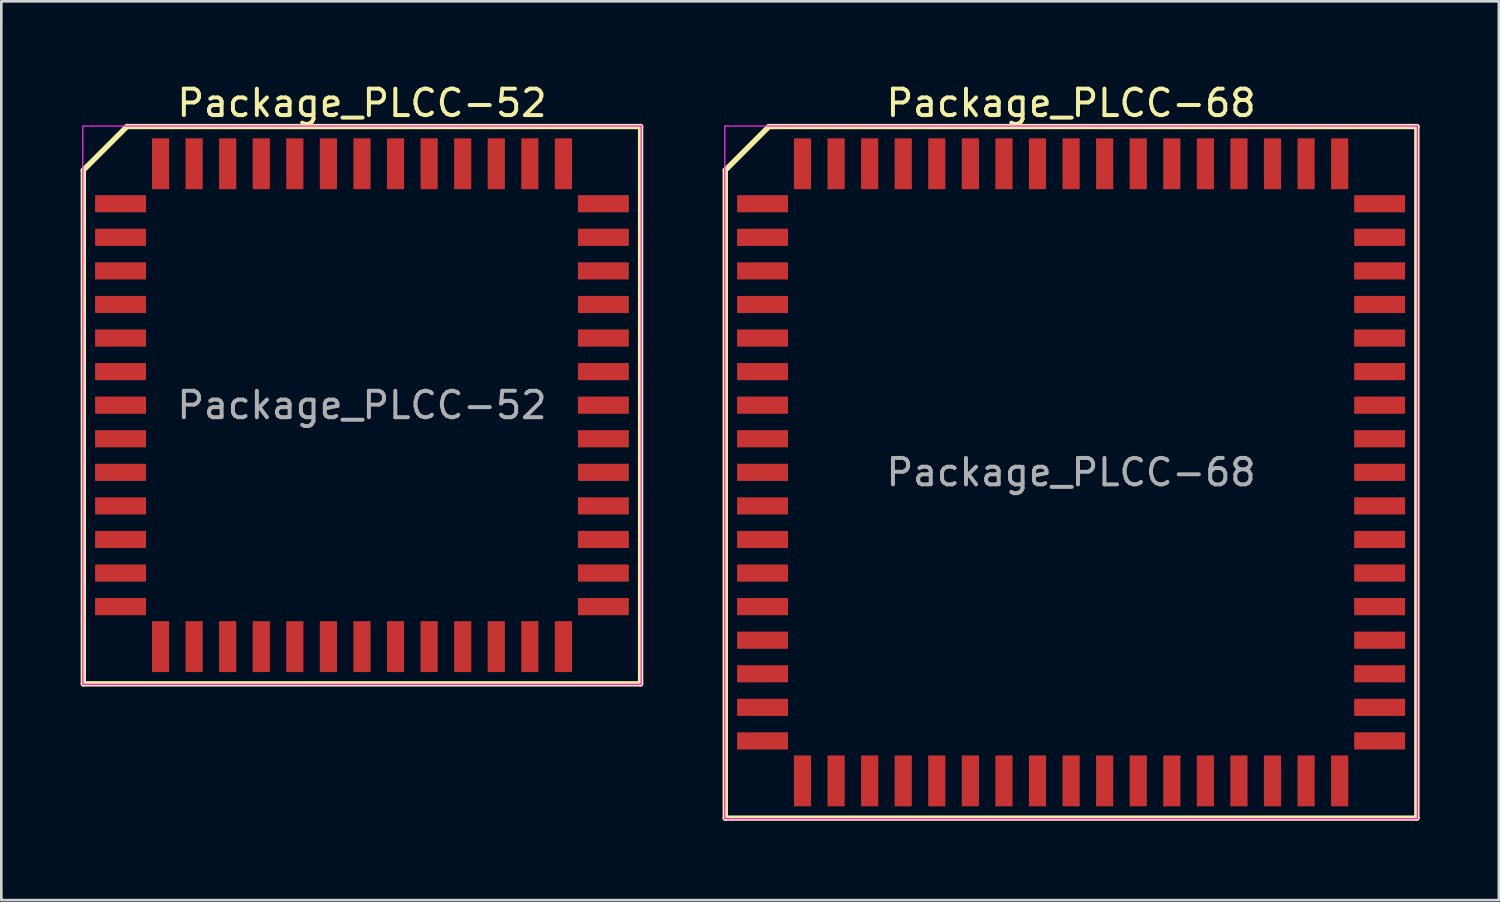
<source format=kicad_pcb>
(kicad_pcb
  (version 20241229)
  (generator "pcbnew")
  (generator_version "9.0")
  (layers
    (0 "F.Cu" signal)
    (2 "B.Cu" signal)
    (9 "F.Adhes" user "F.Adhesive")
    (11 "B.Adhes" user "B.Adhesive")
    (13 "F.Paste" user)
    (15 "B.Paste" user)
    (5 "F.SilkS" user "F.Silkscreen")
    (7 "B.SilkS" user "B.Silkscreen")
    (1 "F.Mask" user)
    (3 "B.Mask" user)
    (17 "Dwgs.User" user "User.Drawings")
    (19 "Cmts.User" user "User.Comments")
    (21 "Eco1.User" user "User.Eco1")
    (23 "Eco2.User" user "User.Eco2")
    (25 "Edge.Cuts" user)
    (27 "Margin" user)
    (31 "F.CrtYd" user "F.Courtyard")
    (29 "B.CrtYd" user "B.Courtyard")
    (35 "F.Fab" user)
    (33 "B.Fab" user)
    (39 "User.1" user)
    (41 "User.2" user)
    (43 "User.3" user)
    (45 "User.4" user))
  (footprint "Package_PLCC-68"
    (layer "F.Cu")
    (at 37.468 14.818)
    (property "Reference" "Package_PLCC-68" (at 0 -13.97 0) (layer "F.SilkS") (effects (font (size 1 1) (thickness 0.15))))
    (attr smd)
    (fp_line (start -13.081 -11.43) (end -13.081 13.081) (stroke (width 0.203) (type solid)) (layer "F.SilkS"))
    (fp_line (start -13.081 13.081) (end 13.081 13.081) (stroke (width 0.203) (type solid)) (layer "F.SilkS"))
    (fp_line (start -11.43 -13.081) (end -13.081 -11.43) (stroke (width 0.203) (type solid)) (layer "F.SilkS"))
    (fp_line (start 13.081 -13.081) (end -11.43 -13.081) (stroke (width 0.203) (type solid)) (layer "F.SilkS"))
    (fp_line (start 13.081 13.081) (end 13.081 -13.081) (stroke (width 0.203) (type solid)) (layer "F.SilkS"))
    (fp_line (start -13.1 -13.1) (end -13.1 13.1) (stroke (width 0.05) (type solid)) (layer "F.CrtYd"))
    (fp_line (start -13.1 13.1) (end 13.1 13.1) (stroke (width 0.05) (type solid)) (layer "F.CrtYd"))
    (fp_line (start 13.1 -13.1) (end -13.1 -13.1) (stroke (width 0.05) (type solid)) (layer "F.CrtYd"))
    (fp_line (start 13.1 13.1) (end 13.1 -13.1) (stroke (width 0.05) (type solid)) (layer "F.CrtYd"))
    (fp_text user "${REFERENCE}" (at 0 0 0) (layer "F.Fab") (effects (font (size 1 1) (thickness 0.15))))
    (pad "1" smd rect (at 0 -11.672) (size 0.649 1.925) (layers "F.Cu" "F.Mask" "F.Paste"))
    (pad "2" smd rect (at -1.27 -11.672) (size 0.649 1.925) (layers "F.Cu" "F.Mask" "F.Paste"))
    (pad "3" smd rect (at -2.54 -11.672) (size 0.649 1.925) (layers "F.Cu" "F.Mask" "F.Paste"))
    (pad "4" smd rect (at -3.81 -11.672) (size 0.649 1.925) (layers "F.Cu" "F.Mask" "F.Paste"))
    (pad "5" smd rect (at -5.08 -11.672) (size 0.649 1.925) (layers "F.Cu" "F.Mask" "F.Paste"))
    (pad "6" smd rect (at -6.35 -11.672) (size 0.649 1.925) (layers "F.Cu" "F.Mask" "F.Paste"))
    (pad "7" smd rect (at -7.62 -11.672) (size 0.649 1.925) (layers "F.Cu" "F.Mask" "F.Paste"))
    (pad "8" smd rect (at -8.89 -11.672) (size 0.649 1.925) (layers "F.Cu" "F.Mask" "F.Paste"))
    (pad "9" smd rect (at -10.16 -11.672) (size 0.649 1.925) (layers "F.Cu" "F.Mask" "F.Paste"))
    (pad "10" smd rect (at -11.672 -10.16 90) (size 0.649 1.925) (layers "F.Cu" "F.Mask" "F.Paste"))
    (pad "11" smd rect (at -11.672 -8.89 90) (size 0.649 1.925) (layers "F.Cu" "F.Mask" "F.Paste"))
    (pad "12" smd rect (at -11.672 -7.62 90) (size 0.649 1.925) (layers "F.Cu" "F.Mask" "F.Paste"))
    (pad "13" smd rect (at -11.672 -6.35 90) (size 0.649 1.925) (layers "F.Cu" "F.Mask" "F.Paste"))
    (pad "14" smd rect (at -11.672 -5.08 90) (size 0.649 1.925) (layers "F.Cu" "F.Mask" "F.Paste"))
    (pad "15" smd rect (at -11.672 -3.81 90) (size 0.649 1.925) (layers "F.Cu" "F.Mask" "F.Paste"))
    (pad "16" smd rect (at -11.672 -2.54 90) (size 0.649 1.925) (layers "F.Cu" "F.Mask" "F.Paste"))
    (pad "17" smd rect (at -11.672 -1.27 90) (size 0.649 1.925) (layers "F.Cu" "F.Mask" "F.Paste"))
    (pad "18" smd rect (at -11.672 0 90) (size 0.649 1.925) (layers "F.Cu" "F.Mask" "F.Paste"))
    (pad "19" smd rect (at -11.672 1.27 90) (size 0.649 1.925) (layers "F.Cu" "F.Mask" "F.Paste"))
    (pad "20" smd rect (at -11.672 2.54 90) (size 0.649 1.925) (layers "F.Cu" "F.Mask" "F.Paste"))
    (pad "21" smd rect (at -11.672 3.81 90) (size 0.649 1.925) (layers "F.Cu" "F.Mask" "F.Paste"))
    (pad "22" smd rect (at -11.672 5.08 90) (size 0.649 1.925) (layers "F.Cu" "F.Mask" "F.Paste"))
    (pad "23" smd rect (at -11.672 6.35 90) (size 0.649 1.925) (layers "F.Cu" "F.Mask" "F.Paste"))
    (pad "24" smd rect (at -11.672 7.62 90) (size 0.649 1.925) (layers "F.Cu" "F.Mask" "F.Paste"))
    (pad "25" smd rect (at -11.672 8.89 90) (size 0.649 1.925) (layers "F.Cu" "F.Mask" "F.Paste"))
    (pad "26" smd rect (at -11.672 10.16 90) (size 0.649 1.925) (layers "F.Cu" "F.Mask" "F.Paste"))
    (pad "27" smd rect (at -10.16 11.672) (size 0.649 1.925) (layers "F.Cu" "F.Mask" "F.Paste"))
    (pad "28" smd rect (at -8.89 11.672) (size 0.649 1.925) (layers "F.Cu" "F.Mask" "F.Paste"))
    (pad "29" smd rect (at -7.62 11.672) (size 0.649 1.925) (layers "F.Cu" "F.Mask" "F.Paste"))
    (pad "30" smd rect (at -6.35 11.672) (size 0.649 1.925) (layers "F.Cu" "F.Mask" "F.Paste"))
    (pad "31" smd rect (at -5.08 11.672) (size 0.649 1.925) (layers "F.Cu" "F.Mask" "F.Paste"))
    (pad "32" smd rect (at -3.81 11.672) (size 0.649 1.925) (layers "F.Cu" "F.Mask" "F.Paste"))
    (pad "33" smd rect (at -2.54 11.672) (size 0.649 1.925) (layers "F.Cu" "F.Mask" "F.Paste"))
    (pad "34" smd rect (at -1.27 11.672) (size 0.649 1.925) (layers "F.Cu" "F.Mask" "F.Paste"))
    (pad "35" smd rect (at 0 11.672) (size 0.649 1.925) (layers "F.Cu" "F.Mask" "F.Paste"))
    (pad "36" smd rect (at 1.27 11.672) (size 0.649 1.925) (layers "F.Cu" "F.Mask" "F.Paste"))
    (pad "37" smd rect (at 2.54 11.672) (size 0.649 1.925) (layers "F.Cu" "F.Mask" "F.Paste"))
    (pad "38" smd rect (at 3.81 11.672) (size 0.649 1.925) (layers "F.Cu" "F.Mask" "F.Paste"))
    (pad "39" smd rect (at 5.08 11.672) (size 0.649 1.925) (layers "F.Cu" "F.Mask" "F.Paste"))
    (pad "40" smd rect (at 6.35 11.672) (size 0.649 1.925) (layers "F.Cu" "F.Mask" "F.Paste"))
    (pad "41" smd rect (at 7.62 11.672) (size 0.649 1.925) (layers "F.Cu" "F.Mask" "F.Paste"))
    (pad "42" smd rect (at 8.89 11.672) (size 0.649 1.925) (layers "F.Cu" "F.Mask" "F.Paste"))
    (pad "43" smd rect (at 10.16 11.672) (size 0.649 1.925) (layers "F.Cu" "F.Mask" "F.Paste"))
    (pad "44" smd rect (at 11.672 10.16 90) (size 0.649 1.925) (layers "F.Cu" "F.Mask" "F.Paste"))
    (pad "45" smd rect (at 11.672 8.89 90) (size 0.649 1.925) (layers "F.Cu" "F.Mask" "F.Paste"))
    (pad "46" smd rect (at 11.672 7.62 90) (size 0.649 1.925) (layers "F.Cu" "F.Mask" "F.Paste"))
    (pad "47" smd rect (at 11.672 6.35 90) (size 0.649 1.925) (layers "F.Cu" "F.Mask" "F.Paste"))
    (pad "48" smd rect (at 11.672 5.08 90) (size 0.649 1.925) (layers "F.Cu" "F.Mask" "F.Paste"))
    (pad "49" smd rect (at 11.672 3.81 90) (size 0.649 1.925) (layers "F.Cu" "F.Mask" "F.Paste"))
    (pad "50" smd rect (at 11.672 2.54 90) (size 0.649 1.925) (layers "F.Cu" "F.Mask" "F.Paste"))
    (pad "51" smd rect (at 11.672 1.27 90) (size 0.649 1.925) (layers "F.Cu" "F.Mask" "F.Paste"))
    (pad "52" smd rect (at 11.672 0 90) (size 0.649 1.925) (layers "F.Cu" "F.Mask" "F.Paste"))
    (pad "53" smd rect (at 11.672 -1.27 90) (size 0.649 1.925) (layers "F.Cu" "F.Mask" "F.Paste"))
    (pad "54" smd rect (at 11.672 -2.54 90) (size 0.649 1.925) (layers "F.Cu" "F.Mask" "F.Paste"))
    (pad "55" smd rect (at 11.672 -3.81 90) (size 0.649 1.925) (layers "F.Cu" "F.Mask" "F.Paste"))
    (pad "56" smd rect (at 11.672 -5.08 90) (size 0.649 1.925) (layers "F.Cu" "F.Mask" "F.Paste"))
    (pad "57" smd rect (at 11.672 -6.35 90) (size 0.649 1.925) (layers "F.Cu" "F.Mask" "F.Paste"))
    (pad "58" smd rect (at 11.672 -7.62 90) (size 0.649 1.925) (layers "F.Cu" "F.Mask" "F.Paste"))
    (pad "59" smd rect (at 11.672 -8.89 90) (size 0.649 1.925) (layers "F.Cu" "F.Mask" "F.Paste"))
    (pad "60" smd rect (at 11.672 -10.16 90) (size 0.649 1.925) (layers "F.Cu" "F.Mask" "F.Paste"))
    (pad "61" smd rect (at 10.16 -11.672) (size 0.649 1.925) (layers "F.Cu" "F.Mask" "F.Paste"))
    (pad "62" smd rect (at 8.89 -11.672) (size 0.649 1.925) (layers "F.Cu" "F.Mask" "F.Paste"))
    (pad "63" smd rect (at 7.62 -11.672) (size 0.649 1.925) (layers "F.Cu" "F.Mask" "F.Paste"))
    (pad "64" smd rect (at 6.35 -11.672) (size 0.649 1.925) (layers "F.Cu" "F.Mask" "F.Paste"))
    (pad "65" smd rect (at 5.08 -11.672) (size 0.649 1.925) (layers "F.Cu" "F.Mask" "F.Paste"))
    (pad "66" smd rect (at 3.81 -11.672) (size 0.649 1.925) (layers "F.Cu" "F.Mask" "F.Paste"))
    (pad "67" smd rect (at 2.54 -11.672) (size 0.649 1.925) (layers "F.Cu" "F.Mask" "F.Paste"))
    (pad "68" smd rect (at 1.27 -11.672) (size 0.649 1.925) (layers "F.Cu" "F.Mask" "F.Paste")))
  (footprint "Package_PLCC-52"
    (layer "F.Cu")
    (at 10.643 12.278)
    (property "Reference" "Package_PLCC-52" (at 0 -11.43 0) (unlocked yes) (layer "F.SilkS") (effects (font (size 1 1) (thickness 0.15))))
    (attr smd)
    (fp_line (start -10.541 -8.89) (end -10.541 10.541) (stroke (width 0.203) (type solid)) (layer "F.SilkS"))
    (fp_line (start -10.541 10.541) (end 10.541 10.541) (stroke (width 0.203) (type solid)) (layer "F.SilkS"))
    (fp_line (start -8.89 -10.541) (end -10.541 -8.89) (stroke (width 0.203) (type solid)) (layer "F.SilkS"))
    (fp_line (start 10.541 -10.541) (end -8.89 -10.541) (stroke (width 0.203) (type solid)) (layer "F.SilkS"))
    (fp_line (start 10.541 10.541) (end 10.541 -10.541) (stroke (width 0.203) (type solid)) (layer "F.SilkS"))
    (fp_line (start -10.56 -10.56) (end -10.56 10.56) (stroke (width 0.05) (type solid)) (layer "F.CrtYd"))
    (fp_line (start -10.56 10.56) (end 10.56 10.56) (stroke (width 0.05) (type solid)) (layer "F.CrtYd"))
    (fp_line (start 10.56 -10.56) (end -10.56 -10.56) (stroke (width 0.05) (type solid)) (layer "F.CrtYd"))
    (fp_line (start 10.56 10.56) (end 10.56 -10.56) (stroke (width 0.05) (type solid)) (layer "F.CrtYd"))
    (fp_text user "${REFERENCE}" (at 0 0 0) (layer "F.Fab") (effects (font (size 1 1) (thickness 0.15))))
    (pad "1" smd rect (at 0 -9.133) (size 0.649 1.925) (layers "F.Cu" "F.Mask" "F.Paste"))
    (pad "2" smd rect (at -1.27 -9.133) (size 0.649 1.925) (layers "F.Cu" "F.Mask" "F.Paste"))
    (pad "3" smd rect (at -2.54 -9.133) (size 0.649 1.925) (layers "F.Cu" "F.Mask" "F.Paste"))
    (pad "4" smd rect (at -3.81 -9.133) (size 0.649 1.925) (layers "F.Cu" "F.Mask" "F.Paste"))
    (pad "5" smd rect (at -5.08 -9.133) (size 0.649 1.925) (layers "F.Cu" "F.Mask" "F.Paste"))
    (pad "6" smd rect (at -6.35 -9.133) (size 0.649 1.925) (layers "F.Cu" "F.Mask" "F.Paste"))
    (pad "7" smd rect (at -7.62 -9.133) (size 0.649 1.925) (layers "F.Cu" "F.Mask" "F.Paste"))
    (pad "8" smd rect (at -9.133 -7.62 90) (size 0.649 1.925) (layers "F.Cu" "F.Mask" "F.Paste"))
    (pad "9" smd rect (at -9.133 -6.35 90) (size 0.649 1.925) (layers "F.Cu" "F.Mask" "F.Paste"))
    (pad "10" smd rect (at -9.133 -5.08 90) (size 0.649 1.925) (layers "F.Cu" "F.Mask" "F.Paste"))
    (pad "11" smd rect (at -9.133 -3.81 90) (size 0.649 1.925) (layers "F.Cu" "F.Mask" "F.Paste"))
    (pad "12" smd rect (at -9.133 -2.54 90) (size 0.649 1.925) (layers "F.Cu" "F.Mask" "F.Paste"))
    (pad "13" smd rect (at -9.133 -1.27 90) (size 0.649 1.925) (layers "F.Cu" "F.Mask" "F.Paste"))
    (pad "14" smd rect (at -9.133 0 90) (size 0.649 1.925) (layers "F.Cu" "F.Mask" "F.Paste"))
    (pad "15" smd rect (at -9.133 1.27 90) (size 0.649 1.925) (layers "F.Cu" "F.Mask" "F.Paste"))
    (pad "16" smd rect (at -9.133 2.54 90) (size 0.649 1.925) (layers "F.Cu" "F.Mask" "F.Paste"))
    (pad "17" smd rect (at -9.133 3.81 90) (size 0.649 1.925) (layers "F.Cu" "F.Mask" "F.Paste"))
    (pad "18" smd rect (at -9.133 5.08 90) (size 0.649 1.925) (layers "F.Cu" "F.Mask" "F.Paste"))
    (pad "19" smd rect (at -9.133 6.35 90) (size 0.649 1.925) (layers "F.Cu" "F.Mask" "F.Paste"))
    (pad "20" smd rect (at -9.133 7.62 90) (size 0.649 1.925) (layers "F.Cu" "F.Mask" "F.Paste"))
    (pad "21" smd rect (at -7.62 9.133) (size 0.649 1.925) (layers "F.Cu" "F.Mask" "F.Paste"))
    (pad "22" smd rect (at -6.35 9.133) (size 0.649 1.925) (layers "F.Cu" "F.Mask" "F.Paste"))
    (pad "23" smd rect (at -5.08 9.133) (size 0.649 1.925) (layers "F.Cu" "F.Mask" "F.Paste"))
    (pad "24" smd rect (at -3.81 9.133) (size 0.649 1.925) (layers "F.Cu" "F.Mask" "F.Paste"))
    (pad "25" smd rect (at -2.54 9.133) (size 0.649 1.925) (layers "F.Cu" "F.Mask" "F.Paste"))
    (pad "26" smd rect (at -1.27 9.133) (size 0.649 1.925) (layers "F.Cu" "F.Mask" "F.Paste"))
    (pad "27" smd rect (at 0 9.133) (size 0.649 1.925) (layers "F.Cu" "F.Mask" "F.Paste"))
    (pad "28" smd rect (at 1.27 9.133) (size 0.649 1.925) (layers "F.Cu" "F.Mask" "F.Paste"))
    (pad "29" smd rect (at 2.54 9.133) (size 0.649 1.925) (layers "F.Cu" "F.Mask" "F.Paste"))
    (pad "30" smd rect (at 3.81 9.133) (size 0.649 1.925) (layers "F.Cu" "F.Mask" "F.Paste"))
    (pad "31" smd rect (at 5.08 9.133) (size 0.649 1.925) (layers "F.Cu" "F.Mask" "F.Paste"))
    (pad "32" smd rect (at 6.35 9.133) (size 0.649 1.925) (layers "F.Cu" "F.Mask" "F.Paste"))
    (pad "33" smd rect (at 7.62 9.133) (size 0.649 1.925) (layers "F.Cu" "F.Mask" "F.Paste"))
    (pad "34" smd rect (at 9.133 7.62 90) (size 0.649 1.925) (layers "F.Cu" "F.Mask" "F.Paste"))
    (pad "35" smd rect (at 9.133 6.35 90) (size 0.649 1.925) (layers "F.Cu" "F.Mask" "F.Paste"))
    (pad "36" smd rect (at 9.133 5.08 90) (size 0.649 1.925) (layers "F.Cu" "F.Mask" "F.Paste"))
    (pad "37" smd rect (at 9.133 3.81 90) (size 0.649 1.925) (layers "F.Cu" "F.Mask" "F.Paste"))
    (pad "38" smd rect (at 9.133 2.54 90) (size 0.649 1.925) (layers "F.Cu" "F.Mask" "F.Paste"))
    (pad "39" smd rect (at 9.133 1.27 90) (size 0.649 1.925) (layers "F.Cu" "F.Mask" "F.Paste"))
    (pad "40" smd rect (at 9.133 0 90) (size 0.649 1.925) (layers "F.Cu" "F.Mask" "F.Paste"))
    (pad "41" smd rect (at 9.133 -1.27 90) (size 0.649 1.925) (layers "F.Cu" "F.Mask" "F.Paste"))
    (pad "42" smd rect (at 9.133 -2.54 90) (size 0.649 1.925) (layers "F.Cu" "F.Mask" "F.Paste"))
    (pad "43" smd rect (at 9.133 -3.81 90) (size 0.649 1.925) (layers "F.Cu" "F.Mask" "F.Paste"))
    (pad "44" smd rect (at 9.133 -5.08 90) (size 0.649 1.925) (layers "F.Cu" "F.Mask" "F.Paste"))
    (pad "45" smd rect (at 9.133 -6.35 90) (size 0.649 1.925) (layers "F.Cu" "F.Mask" "F.Paste"))
    (pad "46" smd rect (at 9.133 -7.62 90) (size 0.649 1.925) (layers "F.Cu" "F.Mask" "F.Paste"))
    (pad "47" smd rect (at 7.62 -9.133) (size 0.649 1.925) (layers "F.Cu" "F.Mask" "F.Paste"))
    (pad "48" smd rect (at 6.35 -9.133) (size 0.649 1.925) (layers "F.Cu" "F.Mask" "F.Paste"))
    (pad "49" smd rect (at 5.08 -9.133) (size 0.649 1.925) (layers "F.Cu" "F.Mask" "F.Paste"))
    (pad "50" smd rect (at 3.81 -9.133) (size 0.649 1.925) (layers "F.Cu" "F.Mask" "F.Paste"))
    (pad "51" smd rect (at 2.54 -9.133) (size 0.649 1.925) (layers "F.Cu" "F.Mask" "F.Paste"))
    (pad "52" smd rect (at 1.27 -9.133) (size 0.649 1.925) (layers "F.Cu" "F.Mask" "F.Paste")))
  (gr_rect
    (start -3 -3)
    (end 53.65 31.001)
    (stroke (width 0.1) (type default))
    (fill no)
    (layer "Edge.Cuts")))
</source>
